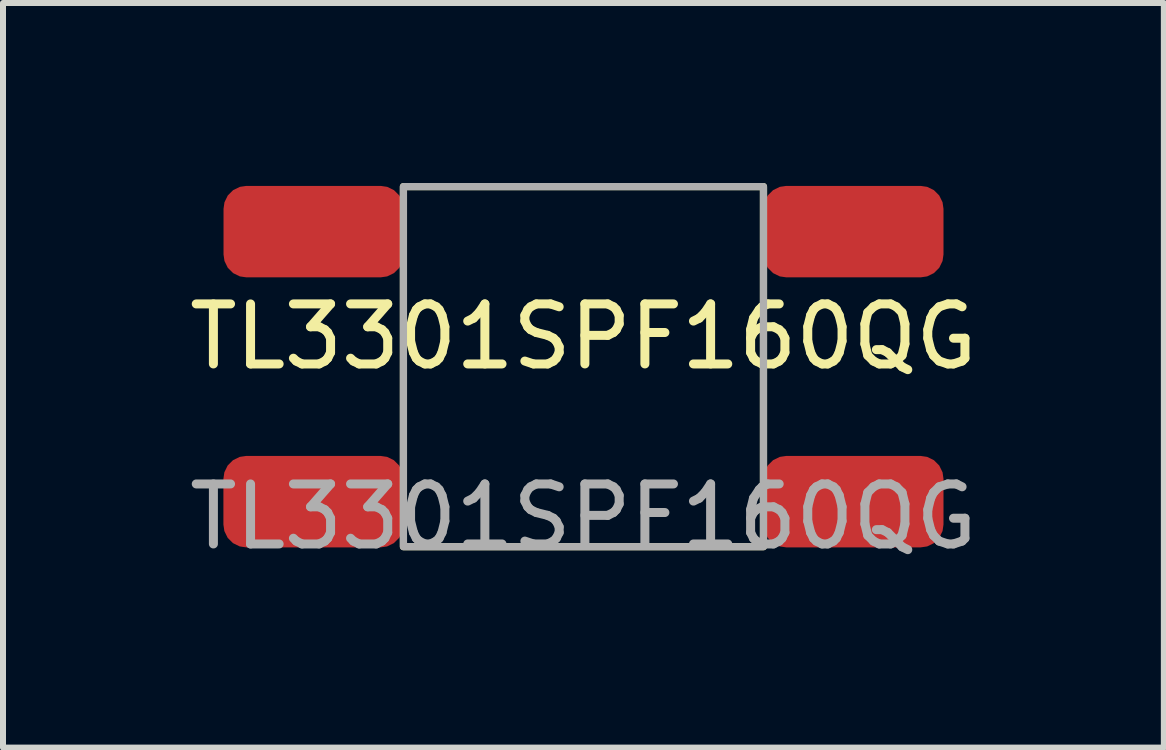
<source format=kicad_pcb>
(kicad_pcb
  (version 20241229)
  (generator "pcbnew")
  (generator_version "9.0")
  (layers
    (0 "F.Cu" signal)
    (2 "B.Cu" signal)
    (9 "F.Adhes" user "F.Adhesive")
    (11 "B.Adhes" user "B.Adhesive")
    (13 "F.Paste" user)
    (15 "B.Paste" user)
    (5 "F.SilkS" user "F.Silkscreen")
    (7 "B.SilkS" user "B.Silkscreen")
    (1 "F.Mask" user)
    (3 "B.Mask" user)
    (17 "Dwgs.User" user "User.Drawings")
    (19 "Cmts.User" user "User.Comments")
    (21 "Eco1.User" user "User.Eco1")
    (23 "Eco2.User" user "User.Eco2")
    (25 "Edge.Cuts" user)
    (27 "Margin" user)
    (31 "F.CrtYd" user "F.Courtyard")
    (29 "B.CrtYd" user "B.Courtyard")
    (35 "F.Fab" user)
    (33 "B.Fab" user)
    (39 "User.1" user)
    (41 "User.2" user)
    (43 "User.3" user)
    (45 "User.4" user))
  (footprint "TL3301SPF160QG"
    (layer "F.Cu")
    (at 6.673 3.06)
    (property "Reference" "TL3301SPF160QG" (at 0 -0.5 0) (unlocked yes) (layer "F.SilkS") (effects (font (size 1 1) (thickness 0.15))))
    (attr smd)
    (fp_rect (start -3 -3) (end 3 3) (stroke (width 0.12) (type solid)) (fill no) (layer "F.SilkS"))
    (fp_rect (start -3 -3) (end 3 3) (stroke (width 0.12) (type solid)) (fill no) (layer "F.Fab"))
    (fp_text user "${REFERENCE}" (at 0 2.5 0) (unlocked yes) (layer "F.Fab") (effects (font (size 1 1) (thickness 0.15))))
    (pad "1" smd roundrect (at -4.5 2.25) (size 3 1.524) (layers "F.Cu" "F.Mask" "F.Paste") (roundrect_rratio 0.25))
    (pad "2" smd roundrect (at 4.5 2.25) (size 3 1.524) (layers "F.Cu" "F.Mask" "F.Paste") (roundrect_rratio 0.25))
    (pad "3" smd roundrect (at -4.498 -2.25) (size 3 1.524) (layers "F.Cu" "F.Mask" "F.Paste") (roundrect_rratio 0.25))
    (pad "4" smd roundrect (at 4.5 -2.25) (size 3 1.524) (layers "F.Cu" "F.Mask" "F.Paste") (roundrect_rratio 0.25)))
  (gr_rect
    (start -3 -3)
    (end 16.345 9.408)
    (stroke (width 0.1) (type default))
    (fill no)
    (layer "Edge.Cuts")))
</source>
